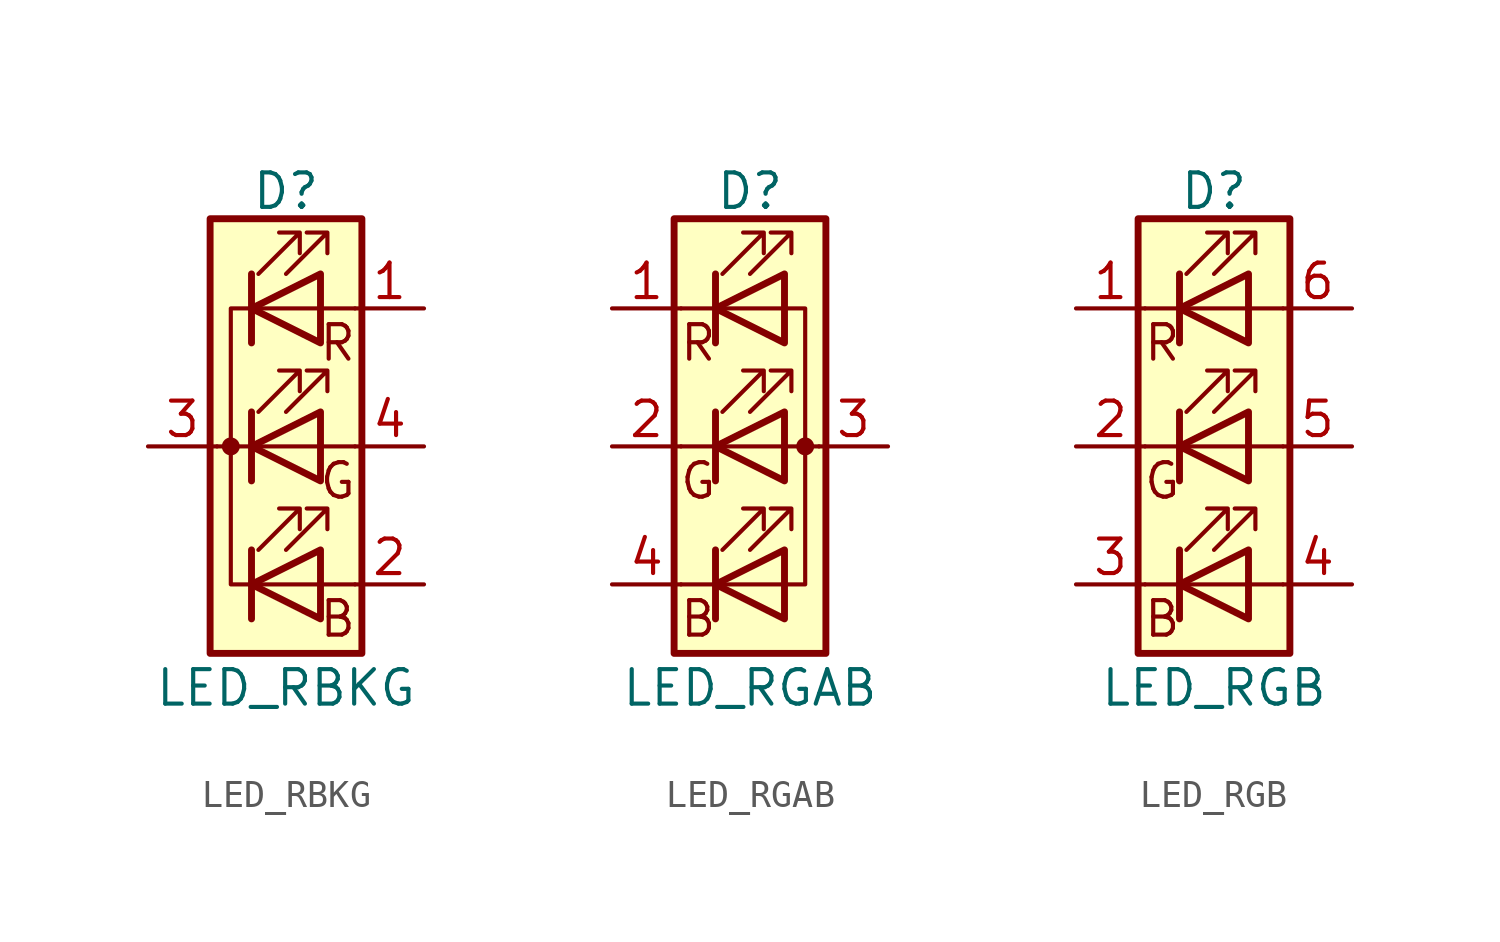
<source format=kicad_sym>
(kicad_symbol_lib
  (version 20241209)
  (generator "kicad_symbol_editor")
  (generator_version "9.0")
  (symbol "LED_RBKG"
    (pin_names
      (offset 0)
      (hide yes))
    (property "Reference" "D"
      (at 0 9.398 0)
      (effects (font (size 1.27 1.27))))
    (property "Value" "LED_RBKG"
      (at 0 -8.89 0)
      (effects (font (size 1.27 1.27))))
    (symbol "LED_RBKG_0_0"
      (text "R" (at 1.905 3.81 0) (effects (font (size 1.27 1.27))))
      (text "G" (at 1.905 -1.27 0) (effects (font (size 1.27 1.27))))
      (text "B" (at 1.905 -6.35 0) (effects (font (size 1.27 1.27)))))
    (symbol "LED_RBKG_0_1"
      (circle (center -2.032 0) (radius 0.254) (stroke (width 0) (type solid)) (fill (type outline)))
      (polyline (pts (xy -1.27 6.35) (xy -1.27 3.81)) (stroke (width 0.254) (type solid)) (fill (type none)))
      (polyline (pts (xy -1.27 6.35) (xy -1.27 3.81) (xy -1.27 3.81)) (stroke (width 0) (type solid)) (fill (type none)))
      (polyline (pts (xy -1.27 5.08) (xy 1.27 5.08)) (stroke (width 0) (type solid)) (fill (type none)))
      (polyline (pts (xy -1.27 5.08) (xy -2.032 5.08) (xy -2.032 -5.08) (xy -1.016 -5.08)) (stroke (width 0) (type solid)) (fill (type none)))
      (polyline (pts (xy -1.27 1.27) (xy -1.27 -1.27)) (stroke (width 0.254) (type solid)) (fill (type none)))
      (polyline (pts (xy -1.27 1.27) (xy -1.27 -1.27) (xy -1.27 -1.27)) (stroke (width 0) (type solid)) (fill (type none)))
      (polyline (pts (xy -1.27 0) (xy -2.54 0)) (stroke (width 0) (type solid)) (fill (type none)))
      (polyline (pts (xy -1.27 -3.81) (xy -1.27 -6.35)) (stroke (width 0.254) (type solid)) (fill (type none)))
      (polyline (pts (xy -1.27 -5.08) (xy 1.27 -5.08)) (stroke (width 0) (type solid)) (fill (type none)))
      (polyline (pts (xy -1.016 6.35) (xy 0.508 7.874) (xy -0.254 7.874) (xy 0.508 7.874) (xy 0.508 7.112)) (stroke (width 0) (type solid)) (fill (type none)))
      (polyline (pts (xy -1.016 1.27) (xy 0.508 2.794) (xy -0.254 2.794) (xy 0.508 2.794) (xy 0.508 2.032)) (stroke (width 0) (type solid)) (fill (type none)))
      (polyline (pts (xy -1.016 -3.81) (xy 0.508 -2.286) (xy -0.254 -2.286) (xy 0.508 -2.286) (xy 0.508 -3.048)) (stroke (width 0) (type solid)) (fill (type none)))
      (polyline (pts (xy 0 6.35) (xy 1.524 7.874) (xy 0.762 7.874) (xy 1.524 7.874) (xy 1.524 7.112)) (stroke (width 0) (type solid)) (fill (type none)))
      (polyline (pts (xy 0 1.27) (xy 1.524 2.794) (xy 0.762 2.794) (xy 1.524 2.794) (xy 1.524 2.032)) (stroke (width 0) (type solid)) (fill (type none)))
      (polyline (pts (xy 0 -3.81) (xy 1.524 -2.286) (xy 0.762 -2.286) (xy 1.524 -2.286) (xy 1.524 -3.048)) (stroke (width 0) (type solid)) (fill (type none)))
      (polyline (pts (xy 1.27 6.35) (xy 1.27 3.81) (xy -1.27 5.08) (xy 1.27 6.35)) (stroke (width 0.254) (type solid)) (fill (type none)))
      (rectangle (start 1.27 6.35) (end 1.27 6.35) (stroke (width 0) (type solid)) (fill (type none)))
      (polyline (pts (xy 1.27 5.08) (xy 2.54 5.08)) (stroke (width 0) (type solid)) (fill (type none)))
      (rectangle (start 1.27 3.81) (end 1.27 6.35) (stroke (width 0) (type solid)) (fill (type none)))
      (polyline (pts (xy 1.27 1.27) (xy 1.27 -1.27) (xy -1.27 0) (xy 1.27 1.27)) (stroke (width 0.254) (type solid)) (fill (type none)))
      (rectangle (start 1.27 1.27) (end 1.27 1.27) (stroke (width 0) (type solid)) (fill (type none)))
      (polyline (pts (xy 1.27 0) (xy -1.27 0)) (stroke (width 0) (type solid)) (fill (type none)))
      (polyline (pts (xy 1.27 0) (xy 2.54 0)) (stroke (width 0) (type solid)) (fill (type none)))
      (rectangle (start 1.27 -1.27) (end 1.27 1.27) (stroke (width 0) (type solid)) (fill (type none)))
      (polyline (pts (xy 1.27 -3.81) (xy 1.27 -6.35) (xy -1.27 -5.08) (xy 1.27 -3.81)) (stroke (width 0.254) (type solid)) (fill (type none)))
      (polyline (pts (xy 1.27 -5.08) (xy 2.54 -5.08)) (stroke (width 0) (type solid)) (fill (type none)))
      (rectangle (start 2.794 8.382) (end -2.794 -7.62) (stroke (width 0.254) (type solid)) (fill (type background))))
    (symbol "LED_RBKG_1_1"
      (pin passive line (at -5.08 0 0) (length 2.54) (name "K" (effects (font (size 1.27 1.27)))) (number "3" (effects (font (size 1.27 1.27)))))
      (pin passive line (at 5.08 5.08 180) (length 2.54) (name "RA" (effects (font (size 1.27 1.27)))) (number "1" (effects (font (size 1.27 1.27)))))
      (pin passive line (at 5.08 0 180) (length 2.54) (name "GA" (effects (font (size 1.27 1.27)))) (number "4" (effects (font (size 1.27 1.27)))))
      (pin passive line (at 5.08 -5.08 180) (length 2.54) (name "BA" (effects (font (size 1.27 1.27)))) (number "2" (effects (font (size 1.27 1.27)))))))
  (symbol "LED_RGAB"
    (pin_names
      (offset 0)
      (hide yes))
    (property "Reference" "D"
      (at 0 9.398 0)
      (effects (font (size 1.27 1.27))))
    (property "Value" "LED_RGAB"
      (at 0 -8.89 0)
      (effects (font (size 1.27 1.27))))
    (symbol "LED_RGAB_0_0"
      (text "R" (at -1.905 3.81 0) (effects (font (size 1.27 1.27))))
      (text "G" (at -1.905 -1.27 0) (effects (font (size 1.27 1.27))))
      (text "B" (at -1.905 -6.35 0) (effects (font (size 1.27 1.27)))))
    (symbol "LED_RGAB_0_1"
      (polyline (pts (xy -1.27 6.35) (xy -1.27 3.81)) (stroke (width 0.254) (type solid)) (fill (type none)))
      (polyline (pts (xy -1.27 6.35) (xy -1.27 3.81) (xy -1.27 3.81)) (stroke (width 0) (type solid)) (fill (type none)))
      (polyline (pts (xy -1.27 5.08) (xy -2.54 5.08)) (stroke (width 0) (type solid)) (fill (type none)))
      (polyline (pts (xy -1.27 5.08) (xy 1.27 5.08)) (stroke (width 0) (type solid)) (fill (type none)))
      (polyline (pts (xy -1.27 1.27) (xy -1.27 -1.27)) (stroke (width 0.254) (type solid)) (fill (type none)))
      (polyline (pts (xy -1.27 1.27) (xy -1.27 -1.27) (xy -1.27 -1.27)) (stroke (width 0) (type solid)) (fill (type none)))
      (polyline (pts (xy -1.27 0) (xy -2.54 0)) (stroke (width 0) (type solid)) (fill (type none)))
      (polyline (pts (xy -1.27 -3.81) (xy -1.27 -6.35)) (stroke (width 0.254) (type solid)) (fill (type none)))
      (polyline (pts (xy -1.27 -5.08) (xy -2.54 -5.08)) (stroke (width 0) (type solid)) (fill (type none)))
      (polyline (pts (xy -1.27 -5.08) (xy 1.27 -5.08)) (stroke (width 0) (type solid)) (fill (type none)))
      (polyline (pts (xy -1.016 6.35) (xy 0.508 7.874) (xy -0.254 7.874) (xy 0.508 7.874) (xy 0.508 7.112)) (stroke (width 0) (type solid)) (fill (type none)))
      (polyline (pts (xy -1.016 1.27) (xy 0.508 2.794) (xy -0.254 2.794) (xy 0.508 2.794) (xy 0.508 2.032)) (stroke (width 0) (type solid)) (fill (type none)))
      (polyline (pts (xy -1.016 -3.81) (xy 0.508 -2.286) (xy -0.254 -2.286) (xy 0.508 -2.286) (xy 0.508 -3.048)) (stroke (width 0) (type solid)) (fill (type none)))
      (polyline (pts (xy 0 6.35) (xy 1.524 7.874) (xy 0.762 7.874) (xy 1.524 7.874) (xy 1.524 7.112)) (stroke (width 0) (type solid)) (fill (type none)))
      (polyline (pts (xy 0 1.27) (xy 1.524 2.794) (xy 0.762 2.794) (xy 1.524 2.794) (xy 1.524 2.032)) (stroke (width 0) (type solid)) (fill (type none)))
      (polyline (pts (xy 0 -3.81) (xy 1.524 -2.286) (xy 0.762 -2.286) (xy 1.524 -2.286) (xy 1.524 -3.048)) (stroke (width 0) (type solid)) (fill (type none)))
      (polyline (pts (xy 1.27 6.35) (xy 1.27 3.81) (xy -1.27 5.08) (xy 1.27 6.35)) (stroke (width 0.254) (type solid)) (fill (type none)))
      (rectangle (start 1.27 6.35) (end 1.27 6.35) (stroke (width 0) (type solid)) (fill (type none)))
      (rectangle (start 1.27 3.81) (end 1.27 6.35) (stroke (width 0) (type solid)) (fill (type none)))
      (polyline (pts (xy 1.27 1.27) (xy 1.27 -1.27) (xy -1.27 0) (xy 1.27 1.27)) (stroke (width 0.254) (type solid)) (fill (type none)))
      (rectangle (start 1.27 1.27) (end 1.27 1.27) (stroke (width 0) (type solid)) (fill (type none)))
      (polyline (pts (xy 1.27 0) (xy -1.27 0)) (stroke (width 0) (type solid)) (fill (type none)))
      (polyline (pts (xy 1.27 0) (xy 2.54 0)) (stroke (width 0) (type solid)) (fill (type none)))
      (rectangle (start 1.27 -1.27) (end 1.27 1.27) (stroke (width 0) (type solid)) (fill (type none)))
      (polyline (pts (xy 1.27 -3.81) (xy 1.27 -6.35) (xy -1.27 -5.08) (xy 1.27 -3.81)) (stroke (width 0.254) (type solid)) (fill (type none)))
      (polyline (pts (xy 1.27 -5.08) (xy 2.032 -5.08) (xy 2.032 5.08) (xy 1.27 5.08)) (stroke (width 0) (type solid)) (fill (type none)))
      (circle (center 2.032 0) (radius 0.254) (stroke (width 0) (type solid)) (fill (type outline)))
      (rectangle (start 2.794 8.382) (end -2.794 -7.62) (stroke (width 0.254) (type solid)) (fill (type background))))
    (symbol "LED_RGAB_1_1"
      (pin passive line (at -5.08 5.08 0) (length 2.54) (name "RK" (effects (font (size 1.27 1.27)))) (number "1" (effects (font (size 1.27 1.27)))))
      (pin passive line (at -5.08 0 0) (length 2.54) (name "GK" (effects (font (size 1.27 1.27)))) (number "2" (effects (font (size 1.27 1.27)))))
      (pin passive line (at -5.08 -5.08 0) (length 2.54) (name "BK" (effects (font (size 1.27 1.27)))) (number "4" (effects (font (size 1.27 1.27)))))
      (pin passive line (at 5.08 0 180) (length 2.54) (name "A" (effects (font (size 1.27 1.27)))) (number "3" (effects (font (size 1.27 1.27)))))))
  (symbol "LED_RGB"
    (pin_names
      (offset 0)
      (hide yes))
    (property "Reference" "D"
      (at 0 9.398 0)
      (effects (font (size 1.27 1.27))))
    (property "Value" "LED_RGB"
      (at 0 -8.89 0)
      (effects (font (size 1.27 1.27))))
    (symbol "LED_RGB_0_0"
      (text "R" (at -1.905 3.81 0) (effects (font (size 1.27 1.27))))
      (text "G" (at -1.905 -1.27 0) (effects (font (size 1.27 1.27))))
      (text "B" (at -1.905 -6.35 0) (effects (font (size 1.27 1.27)))))
    (symbol "LED_RGB_0_1"
      (polyline (pts (xy -1.27 6.35) (xy -1.27 3.81)) (stroke (width 0.254) (type solid)) (fill (type none)))
      (polyline (pts (xy -1.27 6.35) (xy -1.27 3.81) (xy -1.27 3.81)) (stroke (width 0) (type solid)) (fill (type none)))
      (polyline (pts (xy -1.27 5.08) (xy -2.54 5.08)) (stroke (width 0) (type solid)) (fill (type none)))
      (polyline (pts (xy -1.27 5.08) (xy 1.27 5.08)) (stroke (width 0) (type solid)) (fill (type none)))
      (polyline (pts (xy -1.27 1.27) (xy -1.27 -1.27)) (stroke (width 0.254) (type solid)) (fill (type none)))
      (polyline (pts (xy -1.27 1.27) (xy -1.27 -1.27) (xy -1.27 -1.27)) (stroke (width 0) (type solid)) (fill (type none)))
      (polyline (pts (xy -1.27 0) (xy -2.54 0)) (stroke (width 0) (type solid)) (fill (type none)))
      (polyline (pts (xy -1.27 -3.81) (xy -1.27 -6.35)) (stroke (width 0.254) (type solid)) (fill (type none)))
      (polyline (pts (xy -1.27 -5.08) (xy -2.54 -5.08)) (stroke (width 0) (type solid)) (fill (type none)))
      (polyline (pts (xy -1.27 -5.08) (xy 1.27 -5.08)) (stroke (width 0) (type solid)) (fill (type none)))
      (polyline (pts (xy -1.016 6.35) (xy 0.508 7.874) (xy -0.254 7.874) (xy 0.508 7.874) (xy 0.508 7.112)) (stroke (width 0) (type solid)) (fill (type none)))
      (polyline (pts (xy -1.016 1.27) (xy 0.508 2.794) (xy -0.254 2.794) (xy 0.508 2.794) (xy 0.508 2.032)) (stroke (width 0) (type solid)) (fill (type none)))
      (polyline (pts (xy -1.016 -3.81) (xy 0.508 -2.286) (xy -0.254 -2.286) (xy 0.508 -2.286) (xy 0.508 -3.048)) (stroke (width 0) (type solid)) (fill (type none)))
      (polyline (pts (xy 0 6.35) (xy 1.524 7.874) (xy 0.762 7.874) (xy 1.524 7.874) (xy 1.524 7.112)) (stroke (width 0) (type solid)) (fill (type none)))
      (polyline (pts (xy 0 1.27) (xy 1.524 2.794) (xy 0.762 2.794) (xy 1.524 2.794) (xy 1.524 2.032)) (stroke (width 0) (type solid)) (fill (type none)))
      (polyline (pts (xy 0 -3.81) (xy 1.524 -2.286) (xy 0.762 -2.286) (xy 1.524 -2.286) (xy 1.524 -3.048)) (stroke (width 0) (type solid)) (fill (type none)))
      (polyline (pts (xy 1.27 6.35) (xy 1.27 3.81) (xy -1.27 5.08) (xy 1.27 6.35)) (stroke (width 0.254) (type solid)) (fill (type none)))
      (rectangle (start 1.27 6.35) (end 1.27 6.35) (stroke (width 0) (type solid)) (fill (type none)))
      (polyline (pts (xy 1.27 5.08) (xy 2.54 5.08)) (stroke (width 0) (type solid)) (fill (type none)))
      (rectangle (start 1.27 3.81) (end 1.27 6.35) (stroke (width 0) (type solid)) (fill (type none)))
      (polyline (pts (xy 1.27 1.27) (xy 1.27 -1.27) (xy -1.27 0) (xy 1.27 1.27)) (stroke (width 0.254) (type solid)) (fill (type none)))
      (rectangle (start 1.27 1.27) (end 1.27 1.27) (stroke (width 0) (type solid)) (fill (type none)))
      (polyline (pts (xy 1.27 0) (xy -1.27 0)) (stroke (width 0) (type solid)) (fill (type none)))
      (polyline (pts (xy 1.27 0) (xy 2.54 0)) (stroke (width 0) (type solid)) (fill (type none)))
      (rectangle (start 1.27 -1.27) (end 1.27 1.27) (stroke (width 0) (type solid)) (fill (type none)))
      (polyline (pts (xy 1.27 -3.81) (xy 1.27 -6.35) (xy -1.27 -5.08) (xy 1.27 -3.81)) (stroke (width 0.254) (type solid)) (fill (type none)))
      (polyline (pts (xy 1.27 -5.08) (xy 2.54 -5.08)) (stroke (width 0) (type solid)) (fill (type none)))
      (rectangle (start 2.794 8.382) (end -2.794 -7.62) (stroke (width 0.254) (type solid)) (fill (type background))))
    (symbol "LED_RGB_1_1"
      (pin passive line (at -5.08 5.08 0) (length 2.54) (name "RK" (effects (font (size 1.27 1.27)))) (number "1" (effects (font (size 1.27 1.27)))))
      (pin passive line (at -5.08 0 0) (length 2.54) (name "GK" (effects (font (size 1.27 1.27)))) (number "2" (effects (font (size 1.27 1.27)))))
      (pin passive line (at -5.08 -5.08 0) (length 2.54) (name "BK" (effects (font (size 1.27 1.27)))) (number "3" (effects (font (size 1.27 1.27)))))
      (pin passive line (at 5.08 5.08 180) (length 2.54) (name "RA" (effects (font (size 1.27 1.27)))) (number "6" (effects (font (size 1.27 1.27)))))
      (pin passive line (at 5.08 0 180) (length 2.54) (name "GA" (effects (font (size 1.27 1.27)))) (number "5" (effects (font (size 1.27 1.27)))))
      (pin passive line (at 5.08 -5.08 180) (length 2.54) (name "BA" (effects (font (size 1.27 1.27)))) (number "4" (effects (font (size 1.27 1.27))))))))
</source>
